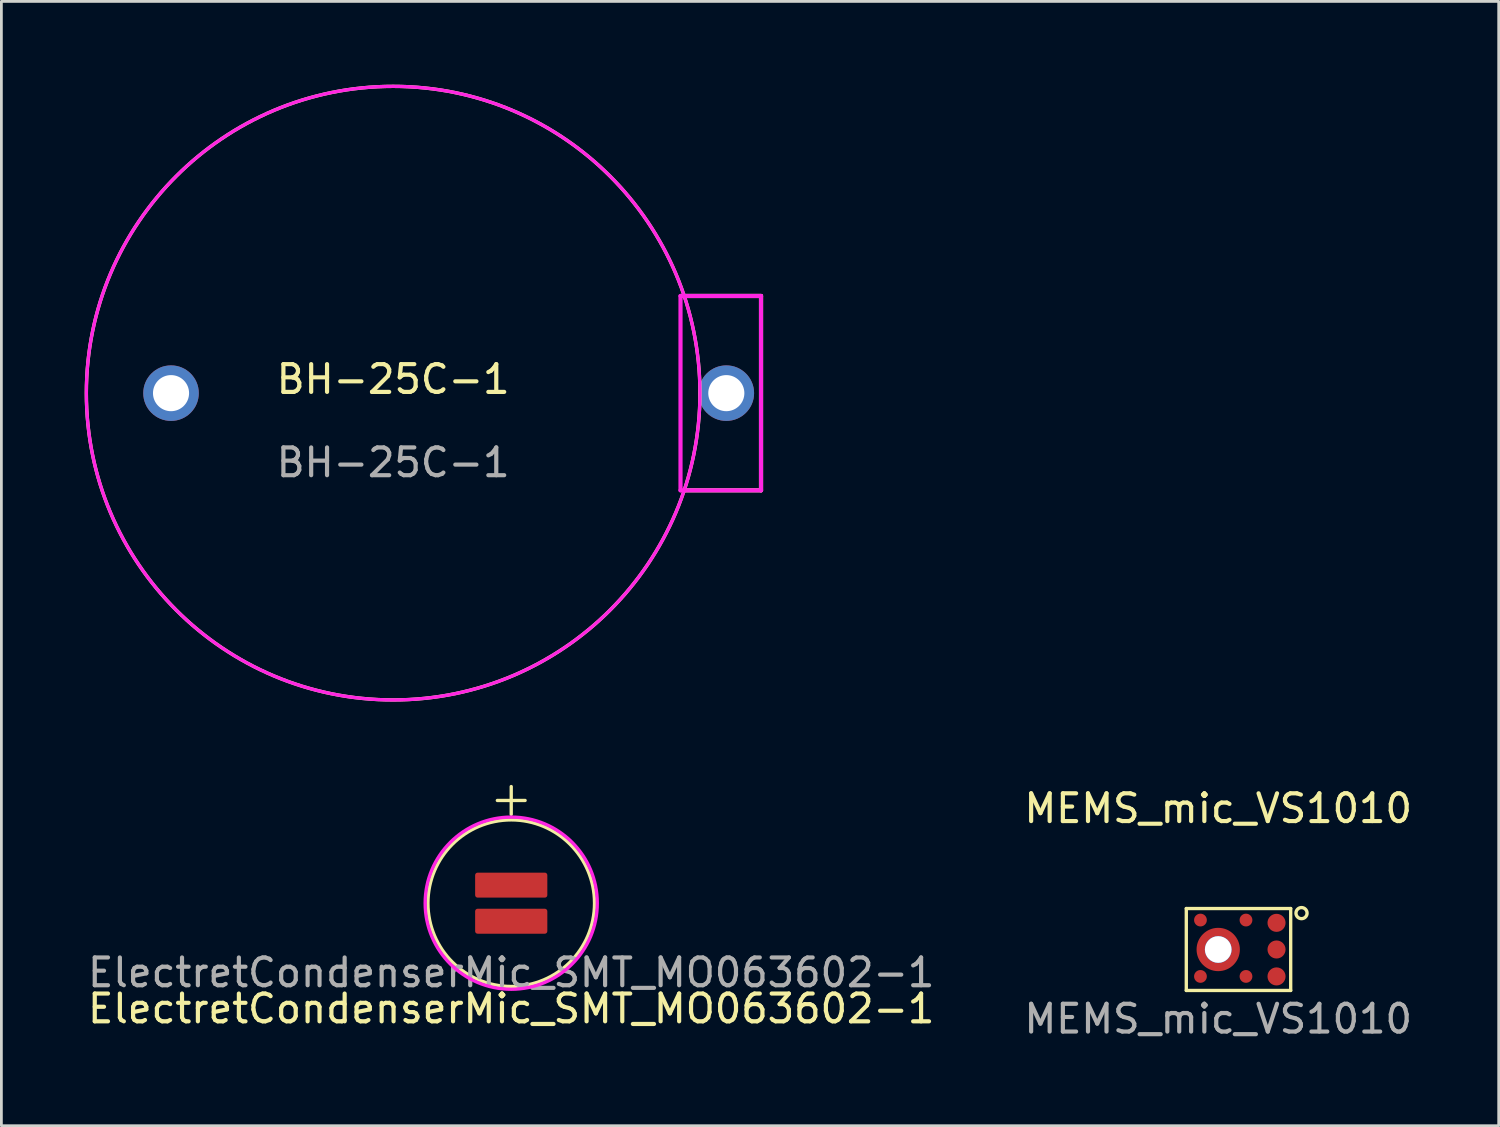
<source format=kicad_pcb>
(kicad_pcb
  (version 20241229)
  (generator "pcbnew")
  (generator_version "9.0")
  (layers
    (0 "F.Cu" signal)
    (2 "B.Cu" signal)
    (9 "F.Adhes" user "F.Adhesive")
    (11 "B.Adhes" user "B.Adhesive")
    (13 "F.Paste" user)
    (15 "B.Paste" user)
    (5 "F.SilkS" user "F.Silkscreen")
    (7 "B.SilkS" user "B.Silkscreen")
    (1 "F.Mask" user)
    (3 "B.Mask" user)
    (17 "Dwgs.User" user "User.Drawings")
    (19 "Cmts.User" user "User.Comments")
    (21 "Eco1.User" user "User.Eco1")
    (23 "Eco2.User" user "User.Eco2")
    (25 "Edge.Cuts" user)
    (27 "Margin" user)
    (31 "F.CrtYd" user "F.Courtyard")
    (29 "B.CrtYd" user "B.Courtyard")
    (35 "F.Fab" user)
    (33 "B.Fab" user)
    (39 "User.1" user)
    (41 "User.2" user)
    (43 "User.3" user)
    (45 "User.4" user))
  (footprint "MEMS_mic_VS1010"
    (layer "F.Cu")
    (at 40.827 31.148)
    (property "Reference" "MEMS_mic_VS1010" (at 0 -5.08 0) (unlocked yes) (layer "F.SilkS") (effects (font (size 1 1) (thickness 0.15))))
    (attr smd)
    (fp_line (start -1.15 -1.475) (end -1.15 1.475) (stroke (width 0.12) (type solid)) (layer "F.SilkS"))
    (fp_line (start -1.15 -1.475) (end 2.61 -1.475) (stroke (width 0.12) (type solid)) (layer "F.SilkS"))
    (fp_line (start 2.61 -1.475) (end 2.61 1.475) (stroke (width 0.12) (type solid)) (layer "F.SilkS"))
    (fp_line (start 2.61 1.475) (end -1.15 1.475) (stroke (width 0.12) (type solid)) (layer "F.SilkS"))
    (fp_circle (center 3 -1.31) (end 3.2 -1.31) (stroke (width 0.12) (type solid)) (fill no) (layer "F.SilkS"))
    (fp_text user "${REFERENCE}" (at 0 2.5 0) (unlocked yes) (layer "F.Fab") (effects (font (size 1 1) (thickness 0.15))))
    (pad "" np_thru_hole circle (at 0 0) (size 0.97 0.97) (drill 0.96) (layers "*.Cu" "*.Mask"))
    (pad "1" smd circle (at 2.1 -0.96) (size 0.65 0.65) (layers "F.Cu" "F.Mask" "F.Paste"))
    (pad "2" smd circle (at 1 -1.06) (size 0.46 0.46) (layers "F.Cu" "F.Mask" "F.Paste"))
    (pad "3" smd circle (at -0.64 -1.06) (size 0.46 0.46) (layers "F.Cu" "F.Mask" "F.Paste"))
    (pad "4" smd circle (at -0.64 0.97) (size 0.46 0.46) (layers "F.Cu" "F.Mask" "F.Paste"))
    (pad "5" smd circle (at 1 0.97) (size 0.46 0.46) (layers "F.Cu" "F.Mask" "F.Paste"))
    (pad "6" smd circle (at 2.1 0.97) (size 0.65 0.65) (layers "F.Cu" "F.Mask" "F.Paste"))
    (pad "7" smd circle (at 2.1 0) (size 0.65 0.65) (layers "F.Cu" "F.Mask" "F.Paste"))
    (pad "8" smd circle (at 0 0) (size 1.56 1.56) (layers "F.Cu" "F.Mask" "F.Paste")))
  (footprint "ElectretCondenserMic_SMT_MO063602-1"
    (layer "F.Cu")
    (at 15.363 29.48)
    (property "Reference" "ElectretCondenserMic_SMT_MO063602-1" (at 0 3.8 0) (unlocked yes) (layer "F.SilkS") (effects (font (size 1 1) (thickness 0.15))))
    (attr smd)
    (fp_line (start 0 -3.2) (end 0 -4.2) (stroke (width 0.12) (type solid)) (layer "F.SilkS"))
    (fp_line (start 0.5 -3.7) (end -0.5 -3.7) (stroke (width 0.12) (type solid)) (layer "F.SilkS"))
    (fp_circle (center 0 0) (end 3 0) (stroke (width 0.12) (type solid)) (fill no) (layer "F.SilkS"))
    (fp_circle (center 0 0) (end 3.1 0) (stroke (width 0.12) (type solid)) (fill no) (layer "F.CrtYd"))
    (fp_text user "${REFERENCE}" (at 0 2.5 0) (unlocked yes) (layer "F.Fab") (effects (font (size 1 1) (thickness 0.15))))
    (pad "1" smd roundrect (at 0 -0.65) (size 2.6 0.9) (layers "F.Cu" "F.Mask" "F.Paste") (roundrect_rratio 0.1))
    (pad "2" smd roundrect (at 0 0.65) (size 2.6 0.9) (layers "F.Cu" "F.Mask" "F.Paste") (roundrect_rratio 0.1)))
  (footprint "BH-25C-1"
    (layer "F.Cu")
    (at 11.11 11.11)
    (property "Reference" "BH-25C-1" (at 0 -0.5 0) (unlocked yes) (layer "F.SilkS") (effects (font (size 1 1) (thickness 0.15))))
    (attr through_hole)
    (fp_line (start 13.25 -3.5) (end 10.5 -3.5) (stroke (width 0.15) (type solid)) (layer "F.SilkS"))
    (fp_line (start 13.25 -3.5) (end 13.25 3.5) (stroke (width 0.15) (type solid)) (layer "F.SilkS"))
    (fp_line (start 13.25 3.5) (end 10.5 3.5) (stroke (width 0.15) (type solid)) (layer "F.SilkS"))
    (fp_circle (center 0 0) (end 11.05 0) (stroke (width 0.12) (type solid)) (fill no) (layer "F.SilkS"))
    (fp_line (start 10.35 -3.5) (end 10.35 3.5) (stroke (width 0.15) (type solid)) (layer "F.CrtYd"))
    (fp_line (start 13.25 -3.5) (end 10.35 -3.5) (stroke (width 0.15) (type solid)) (layer "F.CrtYd"))
    (fp_line (start 13.25 -3.5) (end 13.25 3.5) (stroke (width 0.15) (type solid)) (layer "F.CrtYd"))
    (fp_line (start 13.25 3.5) (end 10.35 3.5) (stroke (width 0.15) (type solid)) (layer "F.CrtYd"))
    (fp_circle (center 0 0) (end 11.05 0) (stroke (width 0.12) (type solid)) (fill no) (layer "F.CrtYd"))
    (fp_text user "${REFERENCE}" (at 0 2.5 0) (unlocked yes) (layer "F.Fab") (effects (font (size 1 1) (thickness 0.15))))
    (pad "1" thru_hole circle (at 12 0) (size 2 2) (drill 1.3) (layers "*.Cu" "*.Mask"))
    (pad "2" thru_hole circle (at -8 0) (size 2 2) (drill 1.3) (layers "*.Cu" "*.Mask")))
  (gr_rect
    (start -3 -3)
    (end 50.929 37.496)
    (stroke (width 0.1) (type default))
    (fill no)
    (layer "Edge.Cuts")))
</source>
